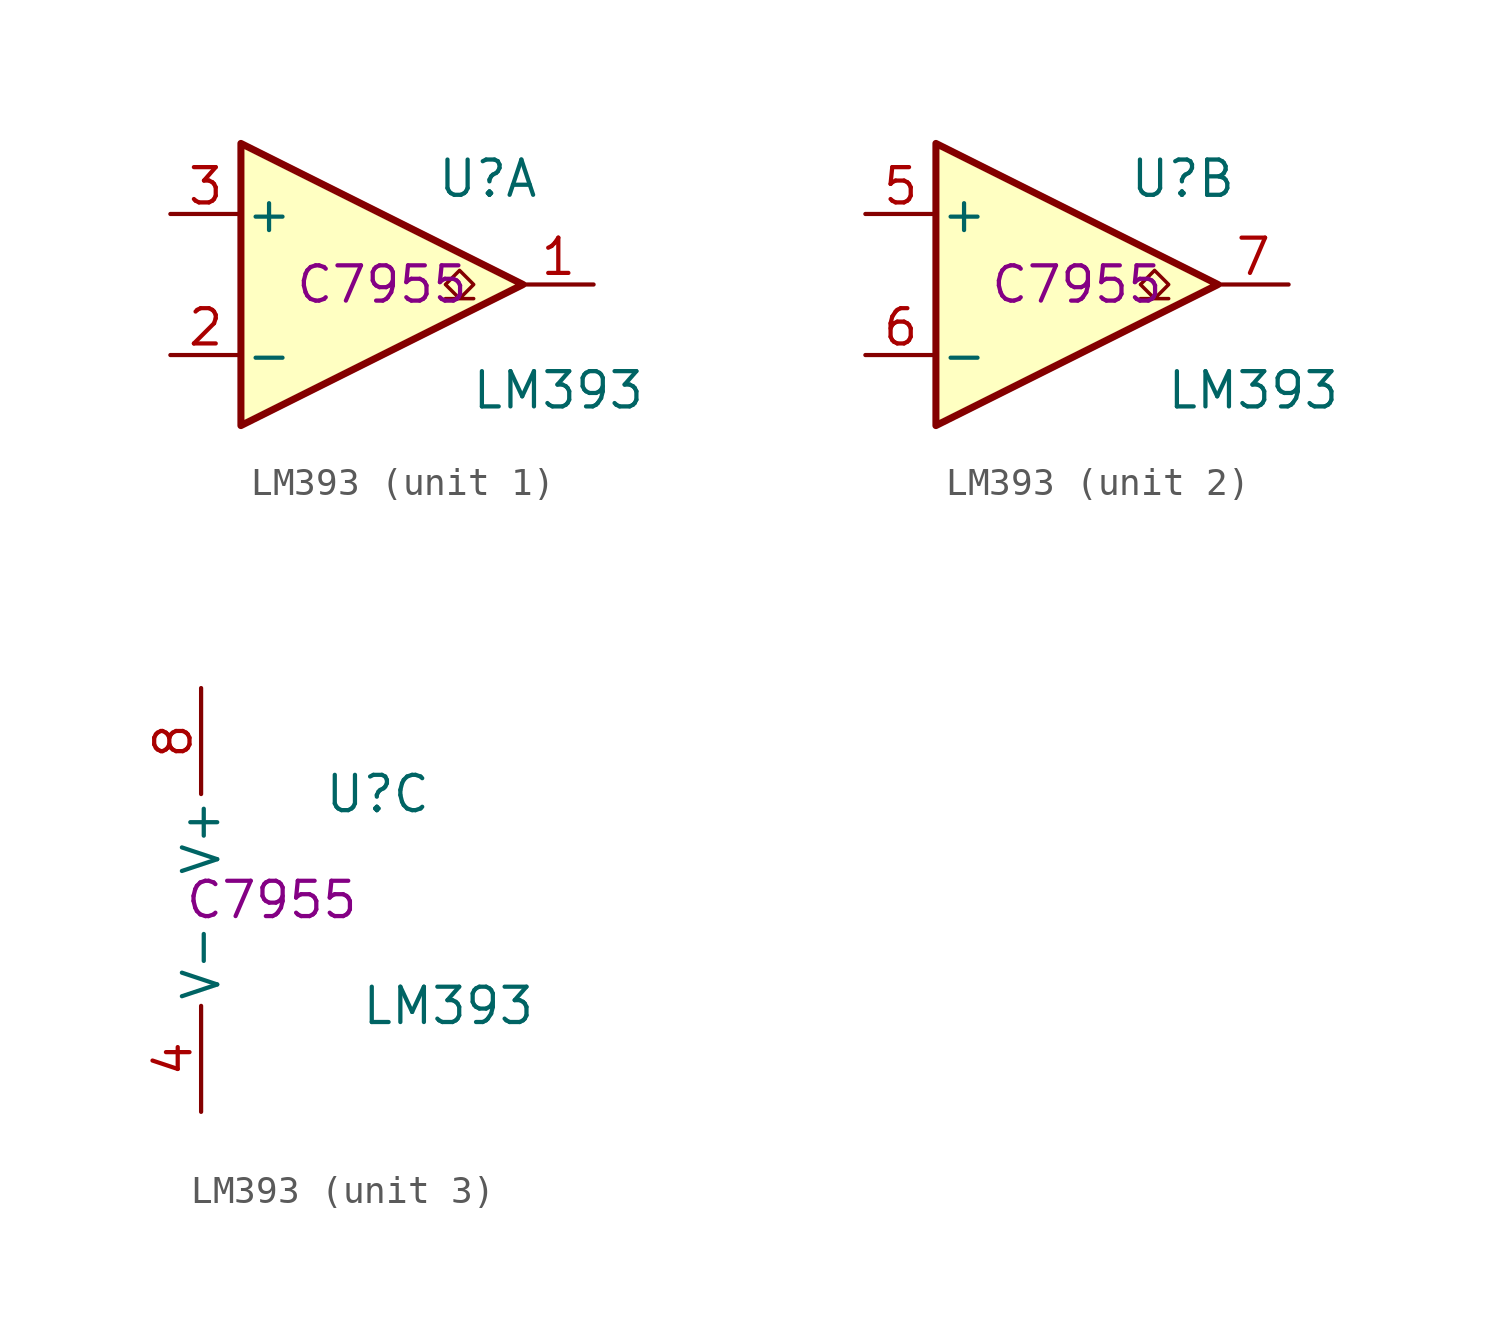
<source format=kicad_sym>
(kicad_symbol_lib
  (version 20220914)
  (generator kicad_symbol_editor)
  (symbol "LM393"
    (pin_names
      (offset 0.127))
    (property "Reference" "U"
      (at 3.81 3.81 0)
      (effects (font (size 1.27 1.27))))
    (property "Value" "LM393"
      (at 6.35 -3.81 0)
      (effects (font (size 1.27 1.27))))
    (property "MPN" "C7955"
      (at 0 0 0)
      (effects (font (size 1.27 1.27))))
    (property "ki_locked" ""
      (at 0 0 0)
      (effects (font (size 1.27 1.27))))
    (symbol "LM393_1_1"
      (polyline (pts (xy -5.08 5.08) (xy 5.08 0) (xy -5.08 -5.08) (xy -5.08 5.08)) (stroke (width 0.254) (type default)) (fill (type background)))
      (polyline (pts (xy 3.302 -0.508) (xy 2.794 -0.508) (xy 3.302 0) (xy 2.794 0.508) (xy 2.286 0) (xy 2.794 -0.508) (xy 2.286 -0.508)) (stroke (width 0.127) (type default)) (fill (type none)))
      (pin open_collector line (at 7.62 0 180) (length 2.54) (name "~" (effects (font (size 1.27 1.27)))) (number "1" (effects (font (size 1.27 1.27)))))
      (pin input line (at -7.62 -2.54 0) (length 2.54) (name "-" (effects (font (size 1.27 1.27)))) (number "2" (effects (font (size 1.27 1.27)))))
      (pin input line (at -7.62 2.54 0) (length 2.54) (name "+" (effects (font (size 1.27 1.27)))) (number "3" (effects (font (size 1.27 1.27))))))
    (symbol "LM393_2_1"
      (polyline (pts (xy -5.08 5.08) (xy 5.08 0) (xy -5.08 -5.08) (xy -5.08 5.08)) (stroke (width 0.254) (type default)) (fill (type background)))
      (polyline (pts (xy 3.302 -0.508) (xy 2.794 -0.508) (xy 3.302 0) (xy 2.794 0.508) (xy 2.286 0) (xy 2.794 -0.508) (xy 2.286 -0.508)) (stroke (width 0.127) (type default)) (fill (type none)))
      (pin input line (at -7.62 2.54 0) (length 2.54) (name "+" (effects (font (size 1.27 1.27)))) (number "5" (effects (font (size 1.27 1.27)))))
      (pin input line (at -7.62 -2.54 0) (length 2.54) (name "-" (effects (font (size 1.27 1.27)))) (number "6" (effects (font (size 1.27 1.27)))))
      (pin open_collector line (at 7.62 0 180) (length 2.54) (name "~" (effects (font (size 1.27 1.27)))) (number "7" (effects (font (size 1.27 1.27))))))
    (symbol "LM393_3_1"
      (pin power_in line (at -2.54 -7.62 90) (length 3.81) (name "V-" (effects (font (size 1.27 1.27)))) (number "4" (effects (font (size 1.27 1.27)))))
      (pin power_in line (at -2.54 7.62 270) (length 3.81) (name "V+" (effects (font (size 1.27 1.27)))) (number "8" (effects (font (size 1.27 1.27))))))))
</source>
